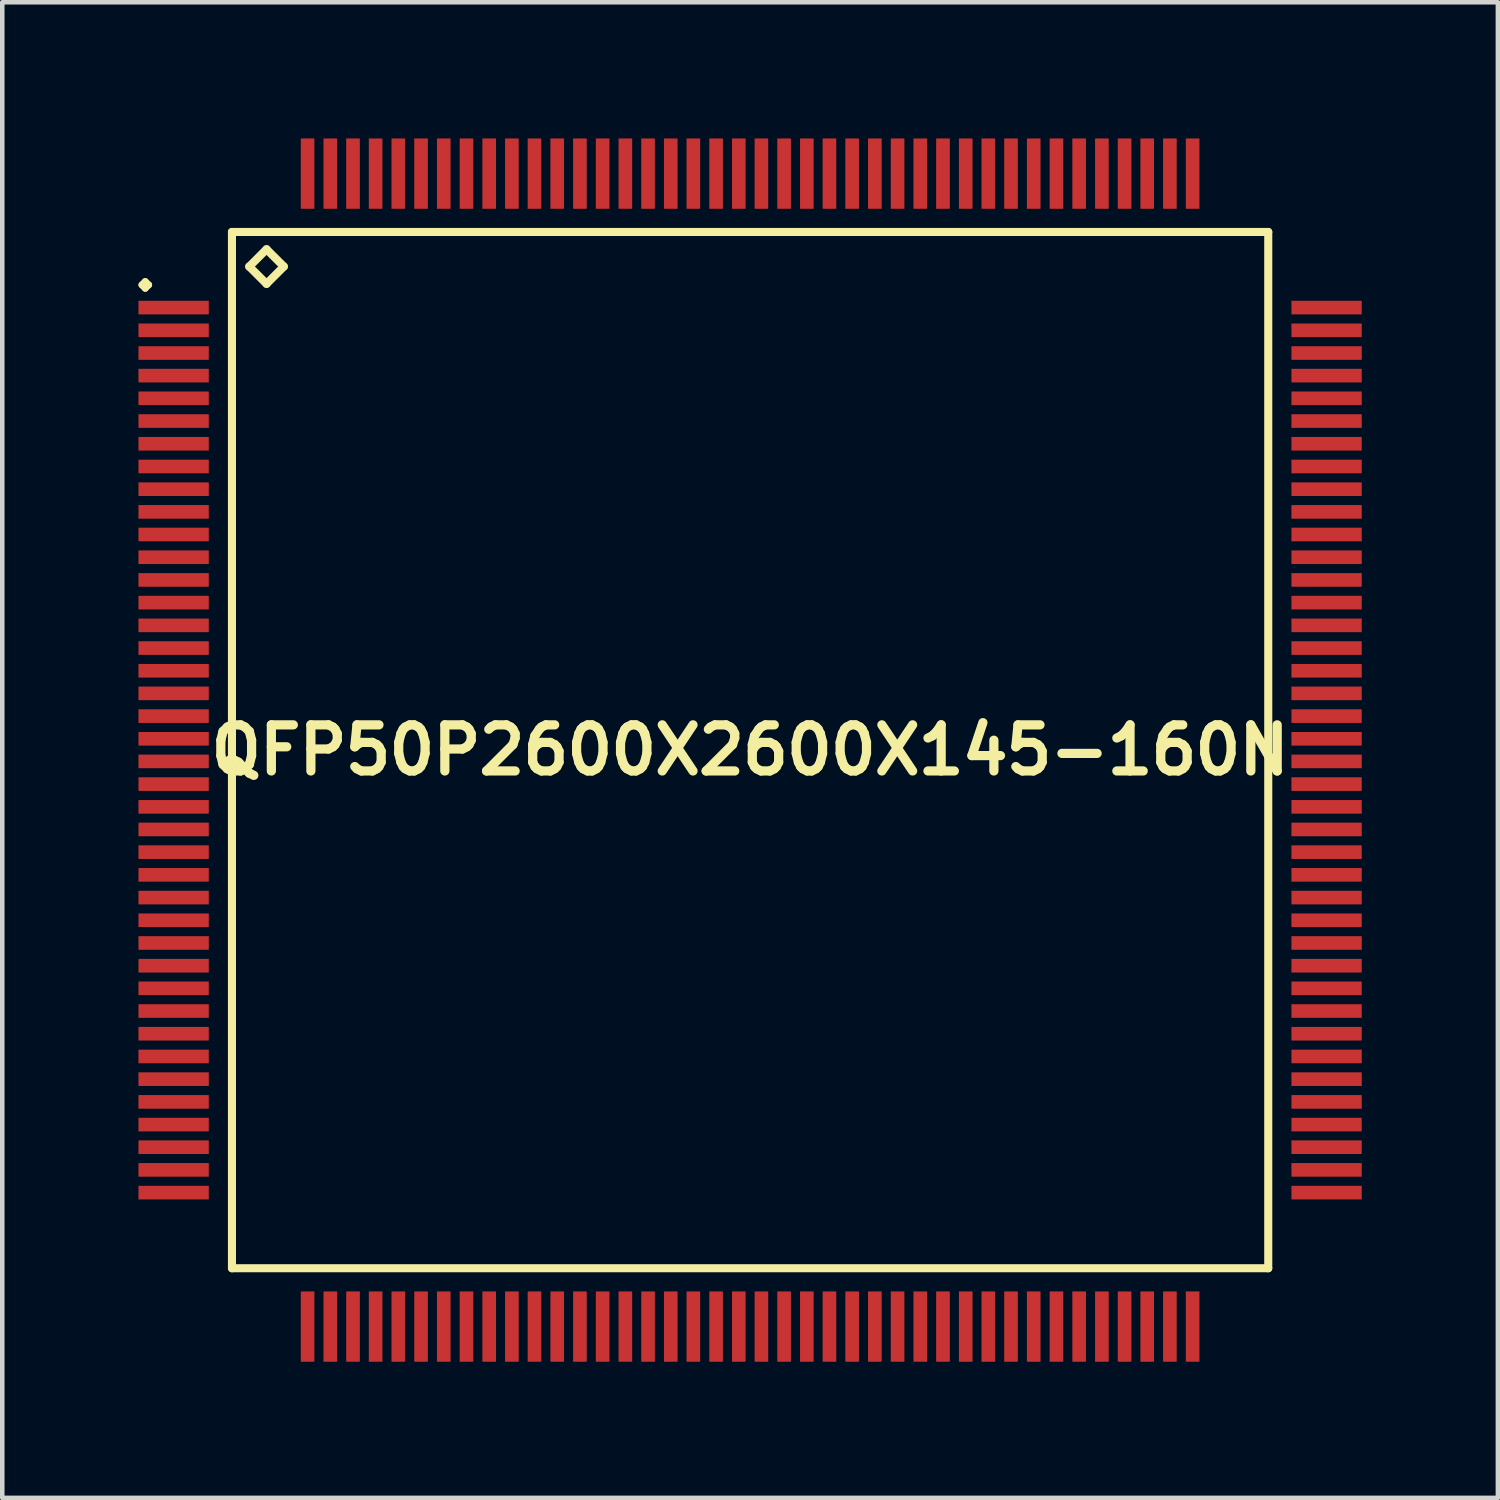
<source format=kicad_pcb>
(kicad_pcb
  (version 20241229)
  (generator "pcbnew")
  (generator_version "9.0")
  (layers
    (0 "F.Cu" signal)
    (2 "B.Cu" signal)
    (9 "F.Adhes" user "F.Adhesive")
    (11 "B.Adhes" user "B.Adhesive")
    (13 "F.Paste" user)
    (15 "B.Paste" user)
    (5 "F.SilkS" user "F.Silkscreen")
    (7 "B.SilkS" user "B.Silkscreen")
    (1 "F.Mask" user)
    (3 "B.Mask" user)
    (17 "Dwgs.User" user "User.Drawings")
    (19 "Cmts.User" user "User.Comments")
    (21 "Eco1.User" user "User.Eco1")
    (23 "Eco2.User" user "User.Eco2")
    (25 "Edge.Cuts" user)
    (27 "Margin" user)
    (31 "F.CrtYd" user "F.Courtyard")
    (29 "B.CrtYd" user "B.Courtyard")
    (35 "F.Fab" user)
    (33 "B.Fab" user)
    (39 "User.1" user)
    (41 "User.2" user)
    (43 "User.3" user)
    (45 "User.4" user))
  (footprint "QFP50P2600X2600X145-160N"
    (layer "F.Cu")
    (at 13.475 13.475)
    (property "Reference" "QFP50P2600X2600X145-160N" (at 0 0 0) (layer "F.SilkS") (effects (font (size 1.016 1.016) (thickness 0.203))))
    (attr smd)
    (fp_line (start -13.399 -10.249) (end -13.325 -10.323) (stroke (width 0.15) (type solid)) (layer "F.SilkS"))
    (fp_line (start -13.325 -10.323) (end -13.249 -10.249) (stroke (width 0.15) (type solid)) (layer "F.SilkS"))
    (fp_line (start -13.325 -10.173) (end -13.399 -10.249) (stroke (width 0.15) (type solid)) (layer "F.SilkS"))
    (fp_line (start -13.249 -10.249) (end -13.325 -10.173) (stroke (width 0.15) (type solid)) (layer "F.SilkS"))
    (fp_line (start -11.415 -11.415) (end -11.415 11.415) (stroke (width 0.178) (type solid)) (layer "F.SilkS"))
    (fp_line (start -11.415 11.415) (end 11.415 11.415) (stroke (width 0.178) (type solid)) (layer "F.SilkS"))
    (fp_line (start -11.034 -10.653) (end -10.653 -11.034) (stroke (width 0.178) (type solid)) (layer "F.SilkS"))
    (fp_line (start -10.653 -11.034) (end -10.272 -10.653) (stroke (width 0.178) (type solid)) (layer "F.SilkS"))
    (fp_line (start -10.653 -10.272) (end -11.034 -10.653) (stroke (width 0.178) (type solid)) (layer "F.SilkS"))
    (fp_line (start -10.272 -10.653) (end -10.653 -10.272) (stroke (width 0.178) (type solid)) (layer "F.SilkS"))
    (fp_line (start 11.415 -11.415) (end -11.415 -11.415) (stroke (width 0.178) (type solid)) (layer "F.SilkS"))
    (fp_line (start 11.415 11.415) (end 11.415 -11.415) (stroke (width 0.178) (type solid)) (layer "F.SilkS"))
    (pad "1" smd rect (at -12.7 -9.749) (size 1.549 0.3) (layers "F.Cu" "F.Mask" "F.Paste"))
    (pad "2" smd rect (at -12.7 -9.248) (size 1.549 0.3) (layers "F.Cu" "F.Mask" "F.Paste"))
    (pad "3" smd rect (at -12.7 -8.748) (size 1.549 0.3) (layers "F.Cu" "F.Mask" "F.Paste"))
    (pad "4" smd rect (at -12.7 -8.25) (size 1.549 0.3) (layers "F.Cu" "F.Mask" "F.Paste"))
    (pad "5" smd rect (at -12.7 -7.75) (size 1.549 0.3) (layers "F.Cu" "F.Mask" "F.Paste"))
    (pad "6" smd rect (at -12.7 -7.249) (size 1.549 0.3) (layers "F.Cu" "F.Mask" "F.Paste"))
    (pad "7" smd rect (at -12.7 -6.749) (size 1.549 0.3) (layers "F.Cu" "F.Mask" "F.Paste"))
    (pad "8" smd rect (at -12.7 -6.248) (size 1.549 0.3) (layers "F.Cu" "F.Mask" "F.Paste"))
    (pad "9" smd rect (at -12.7 -5.748) (size 1.549 0.3) (layers "F.Cu" "F.Mask" "F.Paste"))
    (pad "10" smd rect (at -12.7 -5.248) (size 1.549 0.3) (layers "F.Cu" "F.Mask" "F.Paste"))
    (pad "11" smd rect (at -12.7 -4.75) (size 1.549 0.3) (layers "F.Cu" "F.Mask" "F.Paste"))
    (pad "12" smd rect (at -12.7 -4.249) (size 1.549 0.3) (layers "F.Cu" "F.Mask" "F.Paste"))
    (pad "13" smd rect (at -12.7 -3.749) (size 1.549 0.3) (layers "F.Cu" "F.Mask" "F.Paste"))
    (pad "14" smd rect (at -12.7 -3.249) (size 1.549 0.3) (layers "F.Cu" "F.Mask" "F.Paste"))
    (pad "15" smd rect (at -12.7 -2.748) (size 1.549 0.3) (layers "F.Cu" "F.Mask" "F.Paste"))
    (pad "16" smd rect (at -12.7 -2.248) (size 1.549 0.3) (layers "F.Cu" "F.Mask" "F.Paste"))
    (pad "17" smd rect (at -12.7 -1.748) (size 1.549 0.3) (layers "F.Cu" "F.Mask" "F.Paste"))
    (pad "18" smd rect (at -12.7 -1.25) (size 1.549 0.3) (layers "F.Cu" "F.Mask" "F.Paste"))
    (pad "19" smd rect (at -12.7 -0.749) (size 1.549 0.3) (layers "F.Cu" "F.Mask" "F.Paste"))
    (pad "20" smd rect (at -12.7 -0.249) (size 1.549 0.3) (layers "F.Cu" "F.Mask" "F.Paste"))
    (pad "21" smd rect (at -12.7 0.249) (size 1.549 0.3) (layers "F.Cu" "F.Mask" "F.Paste"))
    (pad "22" smd rect (at -12.7 0.749) (size 1.549 0.3) (layers "F.Cu" "F.Mask" "F.Paste"))
    (pad "23" smd rect (at -12.7 1.25) (size 1.549 0.3) (layers "F.Cu" "F.Mask" "F.Paste"))
    (pad "24" smd rect (at -12.7 1.748) (size 1.549 0.3) (layers "F.Cu" "F.Mask" "F.Paste"))
    (pad "25" smd rect (at -12.7 2.248) (size 1.549 0.3) (layers "F.Cu" "F.Mask" "F.Paste"))
    (pad "26" smd rect (at -12.7 2.748) (size 1.549 0.3) (layers "F.Cu" "F.Mask" "F.Paste"))
    (pad "27" smd rect (at -12.7 3.249) (size 1.549 0.3) (layers "F.Cu" "F.Mask" "F.Paste"))
    (pad "28" smd rect (at -12.7 3.749) (size 1.549 0.3) (layers "F.Cu" "F.Mask" "F.Paste"))
    (pad "29" smd rect (at -12.7 4.249) (size 1.549 0.3) (layers "F.Cu" "F.Mask" "F.Paste"))
    (pad "30" smd rect (at -12.7 4.75) (size 1.549 0.3) (layers "F.Cu" "F.Mask" "F.Paste"))
    (pad "31" smd rect (at -12.7 5.248) (size 1.549 0.3) (layers "F.Cu" "F.Mask" "F.Paste"))
    (pad "32" smd rect (at -12.7 5.748) (size 1.549 0.3) (layers "F.Cu" "F.Mask" "F.Paste"))
    (pad "33" smd rect (at -12.7 6.248) (size 1.549 0.3) (layers "F.Cu" "F.Mask" "F.Paste"))
    (pad "34" smd rect (at -12.7 6.749) (size 1.549 0.3) (layers "F.Cu" "F.Mask" "F.Paste"))
    (pad "35" smd rect (at -12.7 7.249) (size 1.549 0.3) (layers "F.Cu" "F.Mask" "F.Paste"))
    (pad "36" smd rect (at -12.7 7.75) (size 1.549 0.3) (layers "F.Cu" "F.Mask" "F.Paste"))
    (pad "37" smd rect (at -12.7 8.25) (size 1.549 0.3) (layers "F.Cu" "F.Mask" "F.Paste"))
    (pad "38" smd rect (at -12.7 8.748) (size 1.549 0.3) (layers "F.Cu" "F.Mask" "F.Paste"))
    (pad "39" smd rect (at -12.7 9.248) (size 1.549 0.3) (layers "F.Cu" "F.Mask" "F.Paste"))
    (pad "40" smd rect (at -12.7 9.749) (size 1.549 0.3) (layers "F.Cu" "F.Mask" "F.Paste"))
    (pad "41" smd rect (at -9.749 12.7) (size 0.3 1.549) (layers "F.Cu" "F.Mask" "F.Paste"))
    (pad "42" smd rect (at -9.248 12.7) (size 0.3 1.549) (layers "F.Cu" "F.Mask" "F.Paste"))
    (pad "43" smd rect (at -8.748 12.7) (size 0.3 1.549) (layers "F.Cu" "F.Mask" "F.Paste"))
    (pad "44" smd rect (at -8.25 12.7) (size 0.3 1.549) (layers "F.Cu" "F.Mask" "F.Paste"))
    (pad "45" smd rect (at -7.75 12.7) (size 0.3 1.549) (layers "F.Cu" "F.Mask" "F.Paste"))
    (pad "46" smd rect (at -7.249 12.7) (size 0.3 1.549) (layers "F.Cu" "F.Mask" "F.Paste"))
    (pad "47" smd rect (at -6.749 12.7) (size 0.3 1.549) (layers "F.Cu" "F.Mask" "F.Paste"))
    (pad "48" smd rect (at -6.248 12.7) (size 0.3 1.549) (layers "F.Cu" "F.Mask" "F.Paste"))
    (pad "49" smd rect (at -5.748 12.7) (size 0.3 1.549) (layers "F.Cu" "F.Mask" "F.Paste"))
    (pad "50" smd rect (at -5.248 12.7) (size 0.3 1.549) (layers "F.Cu" "F.Mask" "F.Paste"))
    (pad "51" smd rect (at -4.75 12.7) (size 0.3 1.549) (layers "F.Cu" "F.Mask" "F.Paste"))
    (pad "52" smd rect (at -4.249 12.7) (size 0.3 1.549) (layers "F.Cu" "F.Mask" "F.Paste"))
    (pad "53" smd rect (at -3.749 12.7) (size 0.3 1.549) (layers "F.Cu" "F.Mask" "F.Paste"))
    (pad "54" smd rect (at -3.249 12.7) (size 0.3 1.549) (layers "F.Cu" "F.Mask" "F.Paste"))
    (pad "55" smd rect (at -2.748 12.7) (size 0.3 1.549) (layers "F.Cu" "F.Mask" "F.Paste"))
    (pad "56" smd rect (at -2.248 12.7) (size 0.3 1.549) (layers "F.Cu" "F.Mask" "F.Paste"))
    (pad "57" smd rect (at -1.748 12.7) (size 0.3 1.549) (layers "F.Cu" "F.Mask" "F.Paste"))
    (pad "58" smd rect (at -1.25 12.7) (size 0.3 1.549) (layers "F.Cu" "F.Mask" "F.Paste"))
    (pad "59" smd rect (at -0.749 12.7) (size 0.3 1.549) (layers "F.Cu" "F.Mask" "F.Paste"))
    (pad "60" smd rect (at -0.249 12.7) (size 0.3 1.549) (layers "F.Cu" "F.Mask" "F.Paste"))
    (pad "61" smd rect (at 0.249 12.7) (size 0.3 1.549) (layers "F.Cu" "F.Mask" "F.Paste"))
    (pad "62" smd rect (at 0.749 12.7) (size 0.3 1.549) (layers "F.Cu" "F.Mask" "F.Paste"))
    (pad "63" smd rect (at 1.25 12.7) (size 0.3 1.549) (layers "F.Cu" "F.Mask" "F.Paste"))
    (pad "64" smd rect (at 1.748 12.7) (size 0.3 1.549) (layers "F.Cu" "F.Mask" "F.Paste"))
    (pad "65" smd rect (at 2.248 12.7) (size 0.3 1.549) (layers "F.Cu" "F.Mask" "F.Paste"))
    (pad "66" smd rect (at 2.748 12.7) (size 0.3 1.549) (layers "F.Cu" "F.Mask" "F.Paste"))
    (pad "67" smd rect (at 3.249 12.7) (size 0.3 1.549) (layers "F.Cu" "F.Mask" "F.Paste"))
    (pad "68" smd rect (at 3.749 12.7) (size 0.3 1.549) (layers "F.Cu" "F.Mask" "F.Paste"))
    (pad "69" smd rect (at 4.249 12.7) (size 0.3 1.549) (layers "F.Cu" "F.Mask" "F.Paste"))
    (pad "70" smd rect (at 4.75 12.7) (size 0.3 1.549) (layers "F.Cu" "F.Mask" "F.Paste"))
    (pad "71" smd rect (at 5.248 12.7) (size 0.3 1.549) (layers "F.Cu" "F.Mask" "F.Paste"))
    (pad "72" smd rect (at 5.748 12.7) (size 0.3 1.549) (layers "F.Cu" "F.Mask" "F.Paste"))
    (pad "73" smd rect (at 6.248 12.7) (size 0.3 1.549) (layers "F.Cu" "F.Mask" "F.Paste"))
    (pad "74" smd rect (at 6.749 12.7) (size 0.3 1.549) (layers "F.Cu" "F.Mask" "F.Paste"))
    (pad "75" smd rect (at 7.249 12.7) (size 0.3 1.549) (layers "F.Cu" "F.Mask" "F.Paste"))
    (pad "76" smd rect (at 7.75 12.7) (size 0.3 1.549) (layers "F.Cu" "F.Mask" "F.Paste"))
    (pad "77" smd rect (at 8.25 12.7) (size 0.3 1.549) (layers "F.Cu" "F.Mask" "F.Paste"))
    (pad "78" smd rect (at 8.748 12.7) (size 0.3 1.549) (layers "F.Cu" "F.Mask" "F.Paste"))
    (pad "79" smd rect (at 9.248 12.7) (size 0.3 1.549) (layers "F.Cu" "F.Mask" "F.Paste"))
    (pad "80" smd rect (at 9.749 12.7) (size 0.3 1.549) (layers "F.Cu" "F.Mask" "F.Paste"))
    (pad "81" smd rect (at 12.7 9.749) (size 1.549 0.3) (layers "F.Cu" "F.Mask" "F.Paste"))
    (pad "82" smd rect (at 12.7 9.248) (size 1.549 0.3) (layers "F.Cu" "F.Mask" "F.Paste"))
    (pad "83" smd rect (at 12.7 8.748) (size 1.549 0.3) (layers "F.Cu" "F.Mask" "F.Paste"))
    (pad "84" smd rect (at 12.7 8.25) (size 1.549 0.3) (layers "F.Cu" "F.Mask" "F.Paste"))
    (pad "85" smd rect (at 12.7 7.75) (size 1.549 0.3) (layers "F.Cu" "F.Mask" "F.Paste"))
    (pad "86" smd rect (at 12.7 7.249) (size 1.549 0.3) (layers "F.Cu" "F.Mask" "F.Paste"))
    (pad "87" smd rect (at 12.7 6.749) (size 1.549 0.3) (layers "F.Cu" "F.Mask" "F.Paste"))
    (pad "88" smd rect (at 12.7 6.248) (size 1.549 0.3) (layers "F.Cu" "F.Mask" "F.Paste"))
    (pad "89" smd rect (at 12.7 5.748) (size 1.549 0.3) (layers "F.Cu" "F.Mask" "F.Paste"))
    (pad "90" smd rect (at 12.7 5.248) (size 1.549 0.3) (layers "F.Cu" "F.Mask" "F.Paste"))
    (pad "91" smd rect (at 12.7 4.75) (size 1.549 0.3) (layers "F.Cu" "F.Mask" "F.Paste"))
    (pad "92" smd rect (at 12.7 4.249) (size 1.549 0.3) (layers "F.Cu" "F.Mask" "F.Paste"))
    (pad "93" smd rect (at 12.7 3.749) (size 1.549 0.3) (layers "F.Cu" "F.Mask" "F.Paste"))
    (pad "94" smd rect (at 12.7 3.249) (size 1.549 0.3) (layers "F.Cu" "F.Mask" "F.Paste"))
    (pad "95" smd rect (at 12.7 2.748) (size 1.549 0.3) (layers "F.Cu" "F.Mask" "F.Paste"))
    (pad "96" smd rect (at 12.7 2.248) (size 1.549 0.3) (layers "F.Cu" "F.Mask" "F.Paste"))
    (pad "97" smd rect (at 12.7 1.748) (size 1.549 0.3) (layers "F.Cu" "F.Mask" "F.Paste"))
    (pad "98" smd rect (at 12.7 1.25) (size 1.549 0.3) (layers "F.Cu" "F.Mask" "F.Paste"))
    (pad "99" smd rect (at 12.7 0.749) (size 1.549 0.3) (layers "F.Cu" "F.Mask" "F.Paste"))
    (pad "100" smd rect (at 12.7 0.249) (size 1.549 0.3) (layers "F.Cu" "F.Mask" "F.Paste"))
    (pad "101" smd rect (at 12.7 -0.249) (size 1.549 0.3) (layers "F.Cu" "F.Mask" "F.Paste"))
    (pad "102" smd rect (at 12.7 -0.749) (size 1.549 0.3) (layers "F.Cu" "F.Mask" "F.Paste"))
    (pad "103" smd rect (at 12.7 -1.25) (size 1.549 0.3) (layers "F.Cu" "F.Mask" "F.Paste"))
    (pad "104" smd rect (at 12.7 -1.748) (size 1.549 0.3) (layers "F.Cu" "F.Mask" "F.Paste"))
    (pad "105" smd rect (at 12.7 -2.248) (size 1.549 0.3) (layers "F.Cu" "F.Mask" "F.Paste"))
    (pad "106" smd rect (at 12.7 -2.748) (size 1.549 0.3) (layers "F.Cu" "F.Mask" "F.Paste"))
    (pad "107" smd rect (at 12.7 -3.249) (size 1.549 0.3) (layers "F.Cu" "F.Mask" "F.Paste"))
    (pad "108" smd rect (at 12.7 -3.749) (size 1.549 0.3) (layers "F.Cu" "F.Mask" "F.Paste"))
    (pad "109" smd rect (at 12.7 -4.249) (size 1.549 0.3) (layers "F.Cu" "F.Mask" "F.Paste"))
    (pad "110" smd rect (at 12.7 -4.75) (size 1.549 0.3) (layers "F.Cu" "F.Mask" "F.Paste"))
    (pad "111" smd rect (at 12.7 -5.248) (size 1.549 0.3) (layers "F.Cu" "F.Mask" "F.Paste"))
    (pad "112" smd rect (at 12.7 -5.748) (size 1.549 0.3) (layers "F.Cu" "F.Mask" "F.Paste"))
    (pad "113" smd rect (at 12.7 -6.248) (size 1.549 0.3) (layers "F.Cu" "F.Mask" "F.Paste"))
    (pad "114" smd rect (at 12.7 -6.749) (size 1.549 0.3) (layers "F.Cu" "F.Mask" "F.Paste"))
    (pad "115" smd rect (at 12.7 -7.249) (size 1.549 0.3) (layers "F.Cu" "F.Mask" "F.Paste"))
    (pad "116" smd rect (at 12.7 -7.75) (size 1.549 0.3) (layers "F.Cu" "F.Mask" "F.Paste"))
    (pad "117" smd rect (at 12.7 -8.25) (size 1.549 0.3) (layers "F.Cu" "F.Mask" "F.Paste"))
    (pad "118" smd rect (at 12.7 -8.748) (size 1.549 0.3) (layers "F.Cu" "F.Mask" "F.Paste"))
    (pad "119" smd rect (at 12.7 -9.248) (size 1.549 0.3) (layers "F.Cu" "F.Mask" "F.Paste"))
    (pad "120" smd rect (at 12.7 -9.749) (size 1.549 0.3) (layers "F.Cu" "F.Mask" "F.Paste"))
    (pad "121" smd rect (at 9.749 -12.7) (size 0.3 1.549) (layers "F.Cu" "F.Mask" "F.Paste"))
    (pad "122" smd rect (at 9.248 -12.7) (size 0.3 1.549) (layers "F.Cu" "F.Mask" "F.Paste"))
    (pad "123" smd rect (at 8.748 -12.7) (size 0.3 1.549) (layers "F.Cu" "F.Mask" "F.Paste"))
    (pad "124" smd rect (at 8.25 -12.7) (size 0.3 1.549) (layers "F.Cu" "F.Mask" "F.Paste"))
    (pad "125" smd rect (at 7.75 -12.7) (size 0.3 1.549) (layers "F.Cu" "F.Mask" "F.Paste"))
    (pad "126" smd rect (at 7.249 -12.7) (size 0.3 1.549) (layers "F.Cu" "F.Mask" "F.Paste"))
    (pad "127" smd rect (at 6.749 -12.7) (size 0.3 1.549) (layers "F.Cu" "F.Mask" "F.Paste"))
    (pad "128" smd rect (at 6.248 -12.7) (size 0.3 1.549) (layers "F.Cu" "F.Mask" "F.Paste"))
    (pad "129" smd rect (at 5.748 -12.7) (size 0.3 1.549) (layers "F.Cu" "F.Mask" "F.Paste"))
    (pad "130" smd rect (at 5.248 -12.7) (size 0.3 1.549) (layers "F.Cu" "F.Mask" "F.Paste"))
    (pad "131" smd rect (at 4.75 -12.7) (size 0.3 1.549) (layers "F.Cu" "F.Mask" "F.Paste"))
    (pad "132" smd rect (at 4.249 -12.7) (size 0.3 1.549) (layers "F.Cu" "F.Mask" "F.Paste"))
    (pad "133" smd rect (at 3.749 -12.7) (size 0.3 1.549) (layers "F.Cu" "F.Mask" "F.Paste"))
    (pad "134" smd rect (at 3.249 -12.7) (size 0.3 1.549) (layers "F.Cu" "F.Mask" "F.Paste"))
    (pad "135" smd rect (at 2.748 -12.7) (size 0.3 1.549) (layers "F.Cu" "F.Mask" "F.Paste"))
    (pad "136" smd rect (at 2.248 -12.7) (size 0.3 1.549) (layers "F.Cu" "F.Mask" "F.Paste"))
    (pad "137" smd rect (at 1.748 -12.7) (size 0.3 1.549) (layers "F.Cu" "F.Mask" "F.Paste"))
    (pad "138" smd rect (at 1.25 -12.7) (size 0.3 1.549) (layers "F.Cu" "F.Mask" "F.Paste"))
    (pad "139" smd rect (at 0.749 -12.7) (size 0.3 1.549) (layers "F.Cu" "F.Mask" "F.Paste"))
    (pad "140" smd rect (at 0.249 -12.7) (size 0.3 1.549) (layers "F.Cu" "F.Mask" "F.Paste"))
    (pad "141" smd rect (at -0.249 -12.7) (size 0.3 1.549) (layers "F.Cu" "F.Mask" "F.Paste"))
    (pad "142" smd rect (at -0.749 -12.7) (size 0.3 1.549) (layers "F.Cu" "F.Mask" "F.Paste"))
    (pad "143" smd rect (at -1.25 -12.7) (size 0.3 1.549) (layers "F.Cu" "F.Mask" "F.Paste"))
    (pad "144" smd rect (at -1.748 -12.7) (size 0.3 1.549) (layers "F.Cu" "F.Mask" "F.Paste"))
    (pad "145" smd rect (at -2.248 -12.7) (size 0.3 1.549) (layers "F.Cu" "F.Mask" "F.Paste"))
    (pad "146" smd rect (at -2.748 -12.7) (size 0.3 1.549) (layers "F.Cu" "F.Mask" "F.Paste"))
    (pad "147" smd rect (at -3.249 -12.7) (size 0.3 1.549) (layers "F.Cu" "F.Mask" "F.Paste"))
    (pad "148" smd rect (at -3.749 -12.7) (size 0.3 1.549) (layers "F.Cu" "F.Mask" "F.Paste"))
    (pad "149" smd rect (at -4.249 -12.7) (size 0.3 1.549) (layers "F.Cu" "F.Mask" "F.Paste"))
    (pad "150" smd rect (at -4.75 -12.7) (size 0.3 1.549) (layers "F.Cu" "F.Mask" "F.Paste"))
    (pad "151" smd rect (at -5.248 -12.7) (size 0.3 1.549) (layers "F.Cu" "F.Mask" "F.Paste"))
    (pad "152" smd rect (at -5.748 -12.7) (size 0.3 1.549) (layers "F.Cu" "F.Mask" "F.Paste"))
    (pad "153" smd rect (at -6.248 -12.7) (size 0.3 1.549) (layers "F.Cu" "F.Mask" "F.Paste"))
    (pad "154" smd rect (at -6.749 -12.7) (size 0.3 1.549) (layers "F.Cu" "F.Mask" "F.Paste"))
    (pad "155" smd rect (at -7.249 -12.7) (size 0.3 1.549) (layers "F.Cu" "F.Mask" "F.Paste"))
    (pad "156" smd rect (at -7.75 -12.7) (size 0.3 1.549) (layers "F.Cu" "F.Mask" "F.Paste"))
    (pad "157" smd rect (at -8.25 -12.7) (size 0.3 1.549) (layers "F.Cu" "F.Mask" "F.Paste"))
    (pad "158" smd rect (at -8.748 -12.7) (size 0.3 1.549) (layers "F.Cu" "F.Mask" "F.Paste"))
    (pad "159" smd rect (at -9.248 -12.7) (size 0.3 1.549) (layers "F.Cu" "F.Mask" "F.Paste"))
    (pad "160" smd rect (at -9.749 -12.7) (size 0.3 1.549) (layers "F.Cu" "F.Mask" "F.Paste")))
  (gr_rect
    (start -3 -3)
    (end 29.949 29.949)
    (stroke (width 0.1) (type default))
    (fill no)
    (layer "Edge.Cuts")))
</source>
